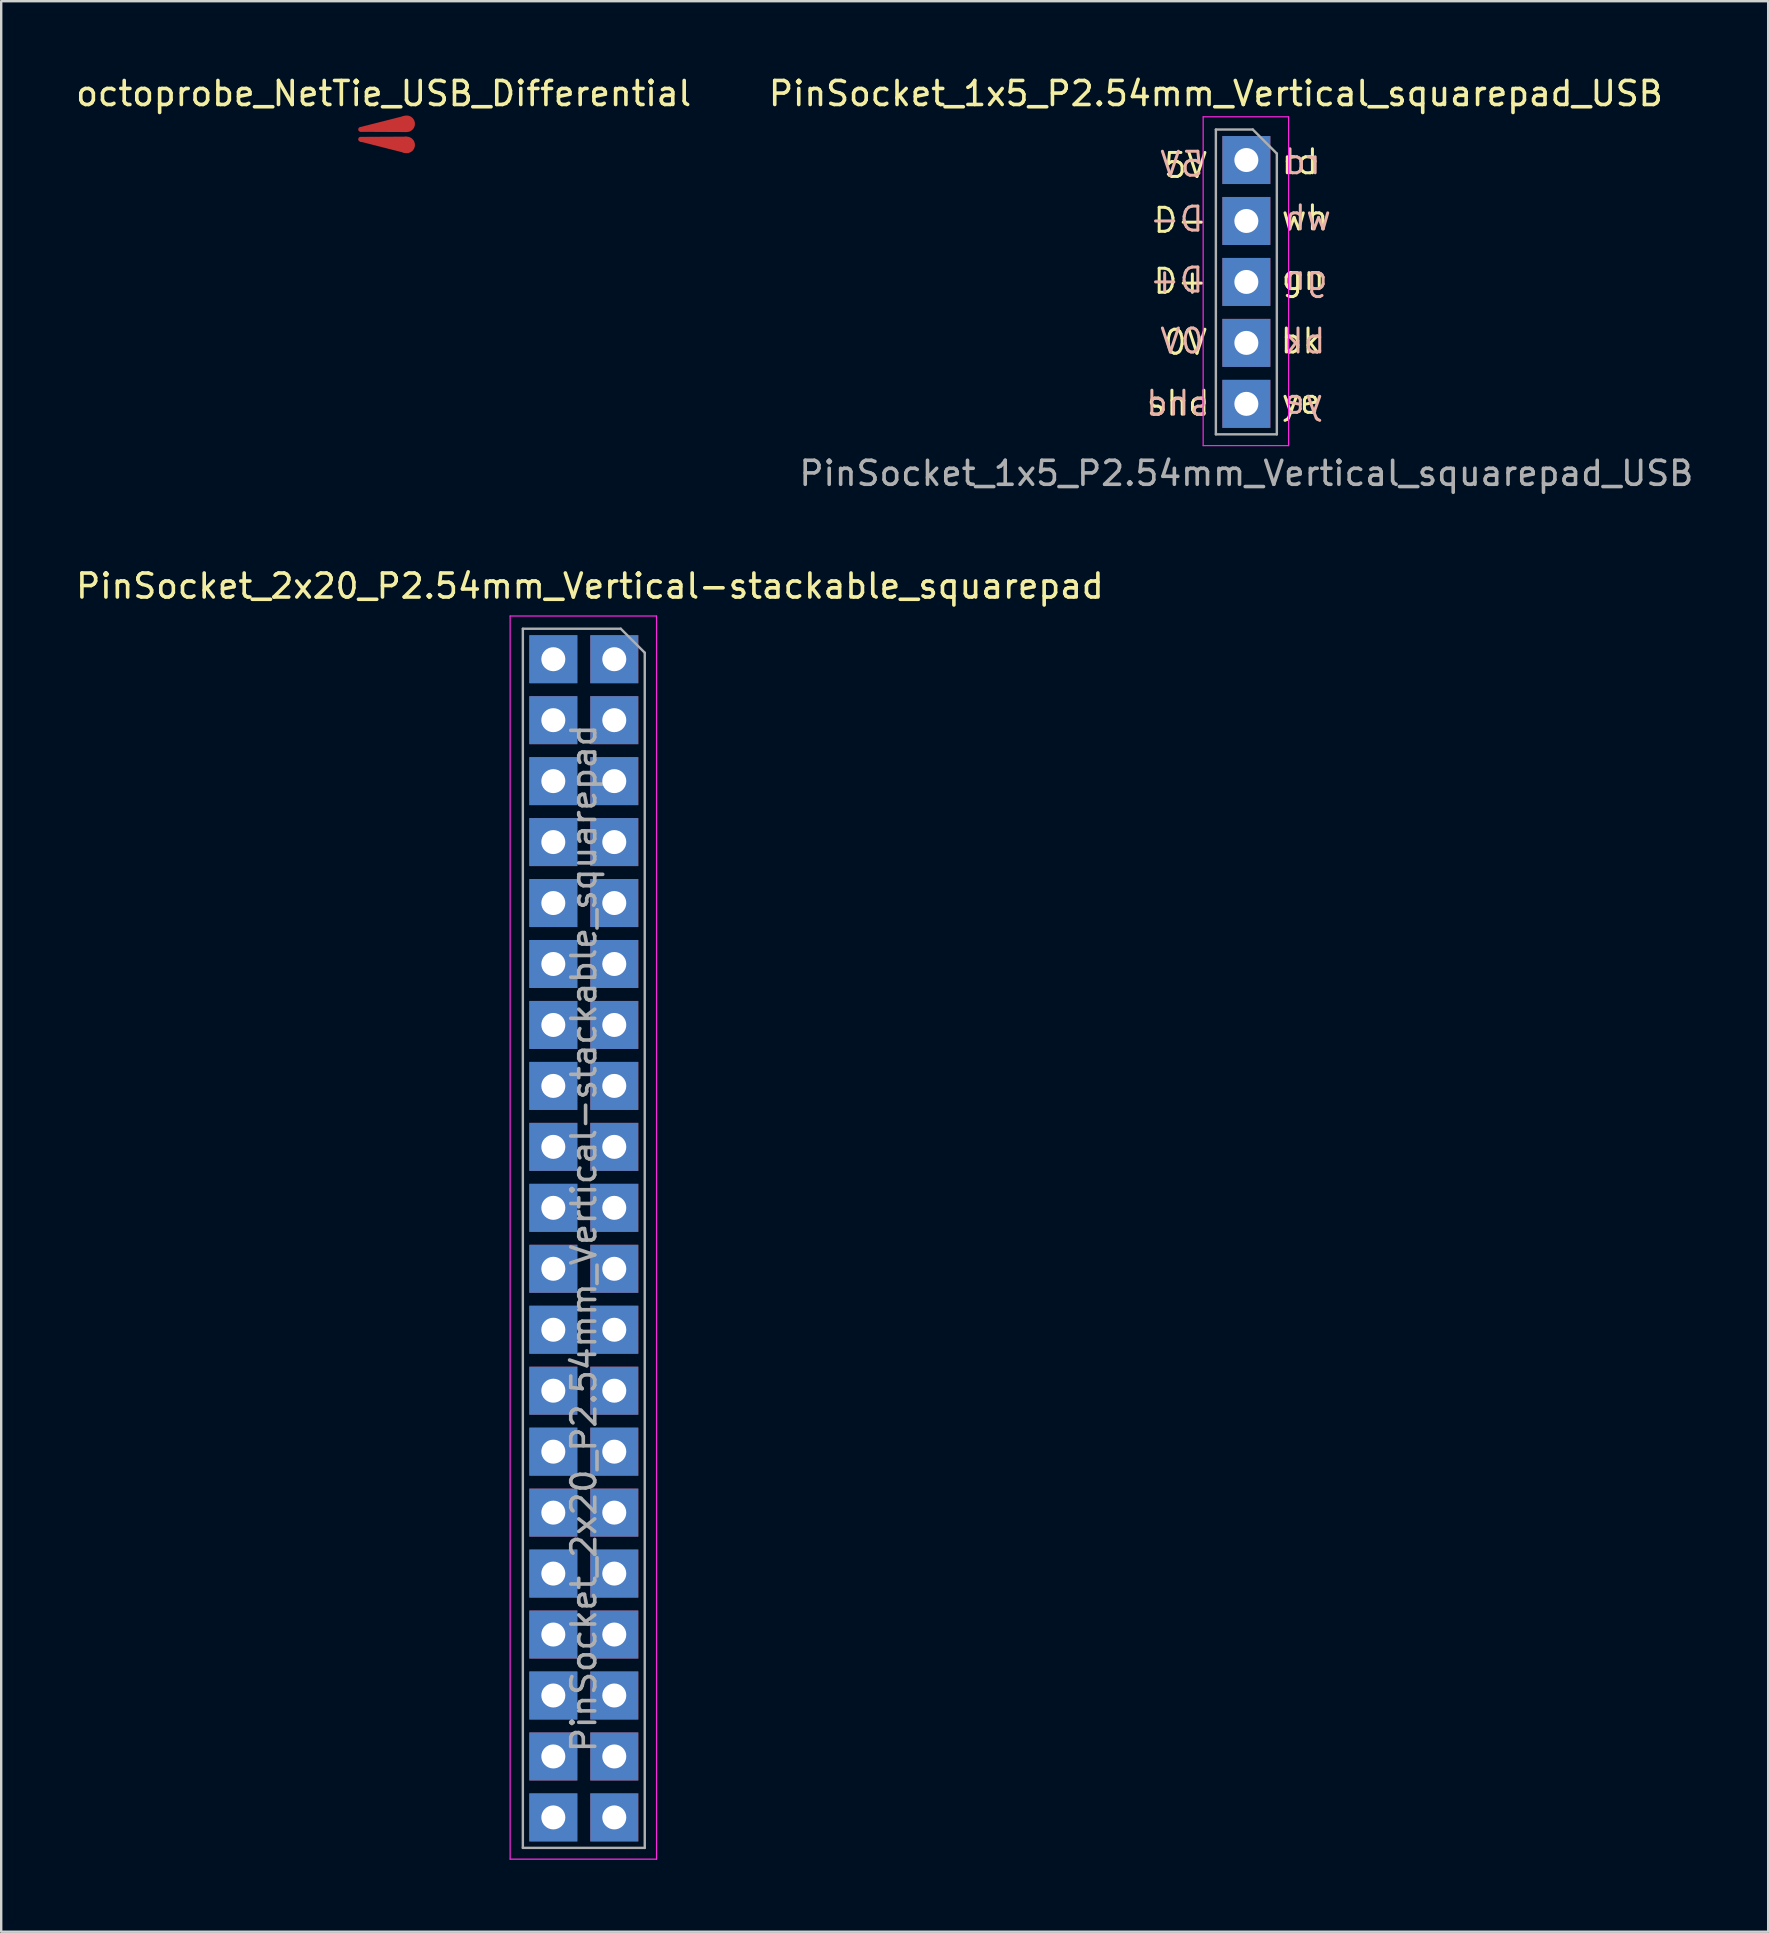
<source format=kicad_pcb>
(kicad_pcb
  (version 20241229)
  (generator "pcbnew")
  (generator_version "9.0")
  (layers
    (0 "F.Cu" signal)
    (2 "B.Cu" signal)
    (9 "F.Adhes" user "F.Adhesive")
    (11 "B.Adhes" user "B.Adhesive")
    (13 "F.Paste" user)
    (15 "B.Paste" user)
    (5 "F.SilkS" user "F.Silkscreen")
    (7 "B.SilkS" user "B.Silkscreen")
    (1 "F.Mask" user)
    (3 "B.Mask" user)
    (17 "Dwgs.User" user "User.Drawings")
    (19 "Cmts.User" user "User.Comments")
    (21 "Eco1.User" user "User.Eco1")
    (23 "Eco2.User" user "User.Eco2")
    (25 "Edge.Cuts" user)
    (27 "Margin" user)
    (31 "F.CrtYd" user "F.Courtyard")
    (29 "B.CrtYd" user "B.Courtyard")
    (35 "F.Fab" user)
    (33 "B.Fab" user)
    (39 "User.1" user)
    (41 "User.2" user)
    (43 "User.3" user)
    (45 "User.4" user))
  (footprint "PinSocket_1x5_P2.54mm_Vertical_squarepad_USB"
    (layer "F.Cu")
    (at 48.883 3.618)
    (property "Reference" "PinSocket_1x5_P2.54mm_Vertical_squarepad_USB" (at -1.27 -2.77 0) (layer "F.SilkS") (effects (font (size 1 1) (thickness 0.15))))
    (attr through_hole)
    (fp_line (start -1.8 -1.8) (end 1.76 -1.8) (stroke (width 0.05) (type solid)) (layer "F.CrtYd"))
    (fp_line (start -1.8 11.9) (end -1.8 -1.8) (stroke (width 0.05) (type solid)) (layer "F.CrtYd"))
    (fp_line (start 1.76 -1.8) (end 1.76 11.9) (stroke (width 0.05) (type solid)) (layer "F.CrtYd"))
    (fp_line (start 1.76 11.9) (end -1.8 11.9) (stroke (width 0.05) (type solid)) (layer "F.CrtYd"))
    (fp_line (start -1.27 -1.27) (end 0.27 -1.27) (stroke (width 0.1) (type solid)) (layer "F.Fab"))
    (fp_line (start -1.27 11.43) (end -1.27 -1.27) (stroke (width 0.1) (type solid)) (layer "F.Fab"))
    (fp_line (start 0.27 -1.27) (end 1.27 -0.27) (stroke (width 0.1) (type solid)) (layer "F.Fab"))
    (fp_line (start 1.27 -0.27) (end 1.27 11.43) (stroke (width 0.1) (type solid)) (layer "F.Fab"))
    (fp_line (start 1.27 11.43) (end -1.27 11.43) (stroke (width 0.1) (type solid)) (layer "F.Fab"))
    (fp_line (start -1.33 -1.33) (end -1.33 11.43) (stroke (width 0.12) (type solid)) (layer "User.9"))
    (fp_line (start -1.33 -1.33) (end -1.27 -1.33) (stroke (width 0.12) (type solid)) (layer "User.9"))
    (fp_line (start -1.33 11.43) (end 1.33 11.43) (stroke (width 0.12) (type solid)) (layer "User.9"))
    (fp_line (start -1.33 11.43) (end 1.33 11.43) (stroke (width 0.12) (type solid)) (layer "User.9"))
    (fp_line (start -1.27 -1.33) (end -1.27 1.27) (stroke (width 0.12) (type solid)) (layer "User.9"))
    (fp_line (start -1.27 1.27) (end 1.33 1.27) (stroke (width 0.12) (type solid)) (layer "User.9"))
    (fp_line (start 0 -1.33) (end 1.33 -1.33) (stroke (width 0.12) (type solid)) (layer "User.9"))
    (fp_line (start 1.33 -1.33) (end 1.33 0) (stroke (width 0.12) (type solid)) (layer "User.9"))
    (fp_line (start 1.33 1.27) (end 1.33 11.43) (stroke (width 0.12) (type solid)) (layer "User.9"))
    (fp_text user "shd" (at -1.448 10.719 0) (unlocked yes) (layer "F.SilkS") (effects (font (size 1 1) (thickness 0.125)) (justify right bottom)))
    (fp_text user "rd" (at 3.073 0.66 0) (unlocked yes) (layer "F.SilkS") (effects (font (size 1 1) (thickness 0.125)) (justify right bottom)))
    (fp_text user "bk" (at 3.223 8.128 0) (unlocked yes) (layer "F.SilkS") (effects (font (size 1 1) (thickness 0.125)) (justify right bottom)))
    (fp_text user "wh" (at 3.502 2.997 0) (unlocked yes) (layer "F.SilkS") (effects (font (size 1 1) (thickness 0.125)) (justify right bottom)))
    (fp_text user "0V" (at -1.549 8.179 0) (unlocked yes) (layer "F.SilkS") (effects (font (size 1 1) (thickness 0.125)) (justify right bottom)))
    (fp_text user "5V" (at -1.549 0.813 0) (unlocked yes) (layer "F.SilkS") (effects (font (size 1 1) (thickness 0.125)) (justify right bottom)))
    (fp_text user "gn" (at 3.359 5.486 0) (unlocked yes) (layer "F.SilkS") (effects (font (size 1 1) (thickness 0.125)) (justify right bottom)))
    (fp_text user "ye" (at 3.169 10.643 0) (unlocked yes) (layer "F.SilkS") (effects (font (size 1 1) (thickness 0.125)) (justify right bottom)))
    (fp_text user "D-" (at -1.549 3.099 0) (unlocked yes) (layer "F.SilkS") (effects (font (size 1 1) (thickness 0.125)) (justify right bottom)))
    (fp_text user "D+" (at -1.549 5.639 0) (unlocked yes) (layer "F.SilkS") (effects (font (size 1 1) (thickness 0.125)) (justify right bottom)))
    (fp_text user "shd" (at -1.473 10.719 0) (unlocked yes) (layer "B.SilkS") (effects (font (size 1 1) (thickness 0.125)) (justify left bottom mirror)))
    (fp_text user "D+" (at -1.702 5.588 0) (unlocked yes) (layer "B.SilkS") (effects (font (size 1 1) (thickness 0.125)) (justify left bottom mirror)))
    (fp_text user "bk" (at 1.499 8.128 0) (unlocked yes) (layer "B.SilkS") (effects (font (size 1 1) (thickness 0.125)) (justify right bottom mirror)))
    (fp_text user "0V" (at -1.702 8.128 0) (unlocked yes) (layer "B.SilkS") (effects (font (size 1 1) (thickness 0.125)) (justify left bottom mirror)))
    (fp_text user "gn" (at 1.499 5.486 0) (unlocked yes) (layer "B.SilkS") (effects (font (size 1 1) (thickness 0.125)) (justify right bottom mirror)))
    (fp_text user "5V" (at -1.702 0.762 0) (unlocked yes) (layer "B.SilkS") (effects (font (size 1 1) (thickness 0.125)) (justify left bottom mirror)))
    (fp_text user "wh" (at 1.499 2.997 0) (unlocked yes) (layer "B.SilkS") (effects (font (size 1 1) (thickness 0.125)) (justify right bottom mirror)))
    (fp_text user "D-" (at -1.702 3.048 0) (unlocked yes) (layer "B.SilkS") (effects (font (size 1 1) (thickness 0.125)) (justify left bottom mirror)))
    (fp_text user "ye" (at 1.499 10.643 0) (unlocked yes) (layer "B.SilkS") (effects (font (size 1 1) (thickness 0.125)) (justify right bottom mirror)))
    (fp_text user "rd" (at 1.499 0.66 0) (unlocked yes) (layer "B.SilkS") (effects (font (size 1 1) (thickness 0.125)) (justify right bottom mirror)))
    (fp_text user "${REFERENCE}" (at 0 13.056 180) (layer "F.Fab") (effects (font (size 1 1) (thickness 0.15))))
    (pad "1" thru_hole rect (at 0 0) (size 2 2) (drill 1) (layers "*.Cu" "*.Mask"))
    (pad "2" thru_hole rect (at 0 2.54) (size 2 2) (drill 1) (layers "*.Cu" "*.Mask"))
    (pad "3" thru_hole rect (at 0 5.08) (size 2 2) (drill 1) (layers "*.Cu" "*.Mask"))
    (pad "4" thru_hole rect (at 0 7.62) (size 2 2) (drill 1) (layers "*.Cu" "*.Mask"))
    (pad "5" thru_hole rect (at 0 10.16) (size 2 2) (drill 1) (layers "*.Cu" "*.Mask")))
  (footprint "octoprobe_NetTie_USB_Differential"
    (layer "F.Cu")
    (at 12.935 2.548)
    (property "Reference" "octoprobe_NetTie_USB_Differential" (at 0 -1.7 0) (layer "F.SilkS") (effects (font (size 1 1) (thickness 0.15))))
    (attr exclude_from_pos_files exclude_from_bom allow_missing_courtyard)
    (fp_poly (pts (xy -0.99 -0.3) (xy 0.876 -0.774) (xy 0.96 -0.095) (xy -0.96 -0.105)) (stroke (width 0) (type solid)) (fill yes) (layer "F.Cu"))
    (fp_poly (pts (xy -0.96 0.105) (xy 0.96 0.095) (xy 0.881 0.775) (xy -0.99 0.3)) (stroke (width 0) (type solid)) (fill yes) (layer "F.Cu"))
    (pad "1" smd circle (at -0.96 -0.205) (size 0.2 0.2) (layers "F.Cu"))
    (pad "2" smd circle (at 0.96 -0.44) (size 0.69 0.69) (layers "F.Cu"))
    (pad "3" smd circle (at -0.96 0.205) (size 0.2 0.2) (layers "F.Cu"))
    (pad "4" smd circle (at 0.96 0.44) (size 0.69 0.69) (layers "F.Cu")))
  (footprint "PinSocket_2x20_P2.54mm_Vertical-stackable_squarepad"
    (layer "F.Cu")
    (at 22.546 24.418)
    (property "Reference" "PinSocket_2x20_P2.54mm_Vertical-stackable_squarepad" (at -1.016 -3.048 0) (layer "F.SilkS") (effects (font (size 1 1) (thickness 0.15))))
    (attr through_hole)
    (fp_line (start -4.34 -1.8) (end 1.76 -1.8) (stroke (width 0.05) (type solid)) (layer "F.CrtYd"))
    (fp_line (start -4.34 50) (end -4.34 -1.8) (stroke (width 0.05) (type solid)) (layer "F.CrtYd"))
    (fp_line (start 1.76 -1.8) (end 1.76 50) (stroke (width 0.05) (type solid)) (layer "F.CrtYd"))
    (fp_line (start 1.76 50) (end -4.34 50) (stroke (width 0.05) (type solid)) (layer "F.CrtYd"))
    (fp_line (start -3.81 -1.27) (end 0.27 -1.27) (stroke (width 0.1) (type solid)) (layer "F.Fab"))
    (fp_line (start -3.81 49.53) (end -3.81 -1.27) (stroke (width 0.1) (type solid)) (layer "F.Fab"))
    (fp_line (start 0.27 -1.27) (end 1.27 -0.27) (stroke (width 0.1) (type solid)) (layer "F.Fab"))
    (fp_line (start 1.27 -0.27) (end 1.27 49.53) (stroke (width 0.1) (type solid)) (layer "F.Fab"))
    (fp_line (start 1.27 49.53) (end -3.81 49.53) (stroke (width 0.1) (type solid)) (layer "F.Fab"))
    (fp_line (start -3.87 -1.33) (end -3.87 49.59) (stroke (width 0.12) (type solid)) (layer "User.9"))
    (fp_line (start -3.87 -1.33) (end -1.27 -1.33) (stroke (width 0.12) (type solid)) (layer "User.9"))
    (fp_line (start -3.87 49.59) (end 1.33 49.59) (stroke (width 0.12) (type solid)) (layer "User.9"))
    (fp_line (start -1.27 -1.33) (end -1.27 1.27) (stroke (width 0.12) (type solid)) (layer "User.9"))
    (fp_line (start -1.27 1.27) (end 1.33 1.27) (stroke (width 0.12) (type solid)) (layer "User.9"))
    (fp_line (start 0 -1.33) (end 1.33 -1.33) (stroke (width 0.12) (type solid)) (layer "User.9"))
    (fp_line (start 1.33 -1.33) (end 1.33 0) (stroke (width 0.12) (type solid)) (layer "User.9"))
    (fp_line (start 1.33 1.27) (end 1.33 49.59) (stroke (width 0.12) (type solid)) (layer "User.9"))
    (fp_text user "${REFERENCE}" (at -1.27 24.13 90) (layer "F.Fab") (effects (font (size 1 1) (thickness 0.15))))
    (pad "1" thru_hole rect (at 0 0) (size 2 2) (drill 1) (layers "*.Cu" "*.Mask"))
    (pad "2" thru_hole rect (at -2.54 0) (size 2 2) (drill 1) (layers "*.Cu" "*.Mask"))
    (pad "3" thru_hole rect (at 0 2.54) (size 2 2) (drill 1) (layers "*.Cu" "*.Mask"))
    (pad "4" thru_hole rect (at -2.54 2.54) (size 2 2) (drill 1) (layers "*.Cu" "*.Mask"))
    (pad "5" thru_hole rect (at 0 5.08) (size 2 2) (drill 1) (layers "*.Cu" "*.Mask"))
    (pad "6" thru_hole rect (at -2.54 5.08) (size 2 2) (drill 1) (layers "*.Cu" "*.Mask"))
    (pad "7" thru_hole rect (at 0 7.62) (size 2 2) (drill 1) (layers "*.Cu" "*.Mask"))
    (pad "8" thru_hole rect (at -2.54 7.62) (size 2 2) (drill 1) (layers "*.Cu" "*.Mask"))
    (pad "9" thru_hole rect (at 0 10.16) (size 2 2) (drill 1) (layers "*.Cu" "*.Mask"))
    (pad "10" thru_hole rect (at -2.54 10.16) (size 2 2) (drill 1) (layers "*.Cu" "*.Mask"))
    (pad "11" thru_hole rect (at 0 12.7) (size 2 2) (drill 1) (layers "*.Cu" "*.Mask"))
    (pad "12" thru_hole rect (at -2.54 12.7) (size 2 2) (drill 1) (layers "*.Cu" "*.Mask"))
    (pad "13" thru_hole rect (at 0 15.24) (size 2 2) (drill 1) (layers "*.Cu" "*.Mask"))
    (pad "14" thru_hole rect (at -2.54 15.24) (size 2 2) (drill 1) (layers "*.Cu" "*.Mask"))
    (pad "15" thru_hole rect (at 0 17.78) (size 2 2) (drill 1) (layers "*.Cu" "*.Mask"))
    (pad "16" thru_hole rect (at -2.54 17.78) (size 2 2) (drill 1) (layers "*.Cu" "*.Mask"))
    (pad "17" thru_hole rect (at 0 20.32) (size 2 2) (drill 1) (layers "*.Cu" "*.Mask"))
    (pad "18" thru_hole rect (at -2.54 20.32) (size 2 2) (drill 1) (layers "*.Cu" "*.Mask"))
    (pad "19" thru_hole rect (at 0 22.86) (size 2 2) (drill 1) (layers "*.Cu" "*.Mask"))
    (pad "20" thru_hole rect (at -2.54 22.86) (size 2 2) (drill 1) (layers "*.Cu" "*.Mask"))
    (pad "21" thru_hole rect (at 0 25.4) (size 2 2) (drill 1) (layers "*.Cu" "*.Mask"))
    (pad "22" thru_hole rect (at -2.54 25.4) (size 2 2) (drill 1) (layers "*.Cu" "*.Mask"))
    (pad "23" thru_hole rect (at 0 27.94) (size 2 2) (drill 1) (layers "*.Cu" "*.Mask"))
    (pad "24" thru_hole rect (at -2.54 27.94) (size 2 2) (drill 1) (layers "*.Cu" "*.Mask"))
    (pad "25" thru_hole rect (at 0 30.48) (size 2 2) (drill 1) (layers "*.Cu" "*.Mask"))
    (pad "26" thru_hole rect (at -2.54 30.48) (size 2 2) (drill 1) (layers "*.Cu" "*.Mask"))
    (pad "27" thru_hole rect (at 0 33.02) (size 2 2) (drill 1) (layers "*.Cu" "*.Mask"))
    (pad "28" thru_hole rect (at -2.54 33.02) (size 2 2) (drill 1) (layers "*.Cu" "*.Mask"))
    (pad "29" thru_hole rect (at 0 35.56) (size 2 2) (drill 1) (layers "*.Cu" "*.Mask"))
    (pad "30" thru_hole rect (at -2.54 35.56) (size 2 2) (drill 1) (layers "*.Cu" "*.Mask"))
    (pad "31" thru_hole rect (at 0 38.1) (size 2 2) (drill 1) (layers "*.Cu" "*.Mask"))
    (pad "32" thru_hole rect (at -2.54 38.1) (size 2 2) (drill 1) (layers "*.Cu" "*.Mask"))
    (pad "33" thru_hole rect (at 0 40.64) (size 2 2) (drill 1) (layers "*.Cu" "*.Mask"))
    (pad "34" thru_hole rect (at -2.54 40.64) (size 2 2) (drill 1) (layers "*.Cu" "*.Mask"))
    (pad "35" thru_hole rect (at 0 43.18) (size 2 2) (drill 1) (layers "*.Cu" "*.Mask"))
    (pad "36" thru_hole rect (at -2.54 43.18) (size 2 2) (drill 1) (layers "*.Cu" "*.Mask"))
    (pad "37" thru_hole rect (at 0 45.72) (size 2 2) (drill 1) (layers "*.Cu" "*.Mask"))
    (pad "38" thru_hole rect (at -2.54 45.72) (size 2 2) (drill 1) (layers "*.Cu" "*.Mask"))
    (pad "39" thru_hole rect (at 0 48.26) (size 2 2) (drill 1) (layers "*.Cu" "*.Mask"))
    (pad "40" thru_hole rect (at -2.54 48.26) (size 2 2) (drill 1) (layers "*.Cu" "*.Mask")))
  (gr_rect
    (start -3 -3)
    (end 70.627 77.443)
    (stroke (width 0.1) (type default))
    (fill no)
    (layer "Edge.Cuts")))
</source>
